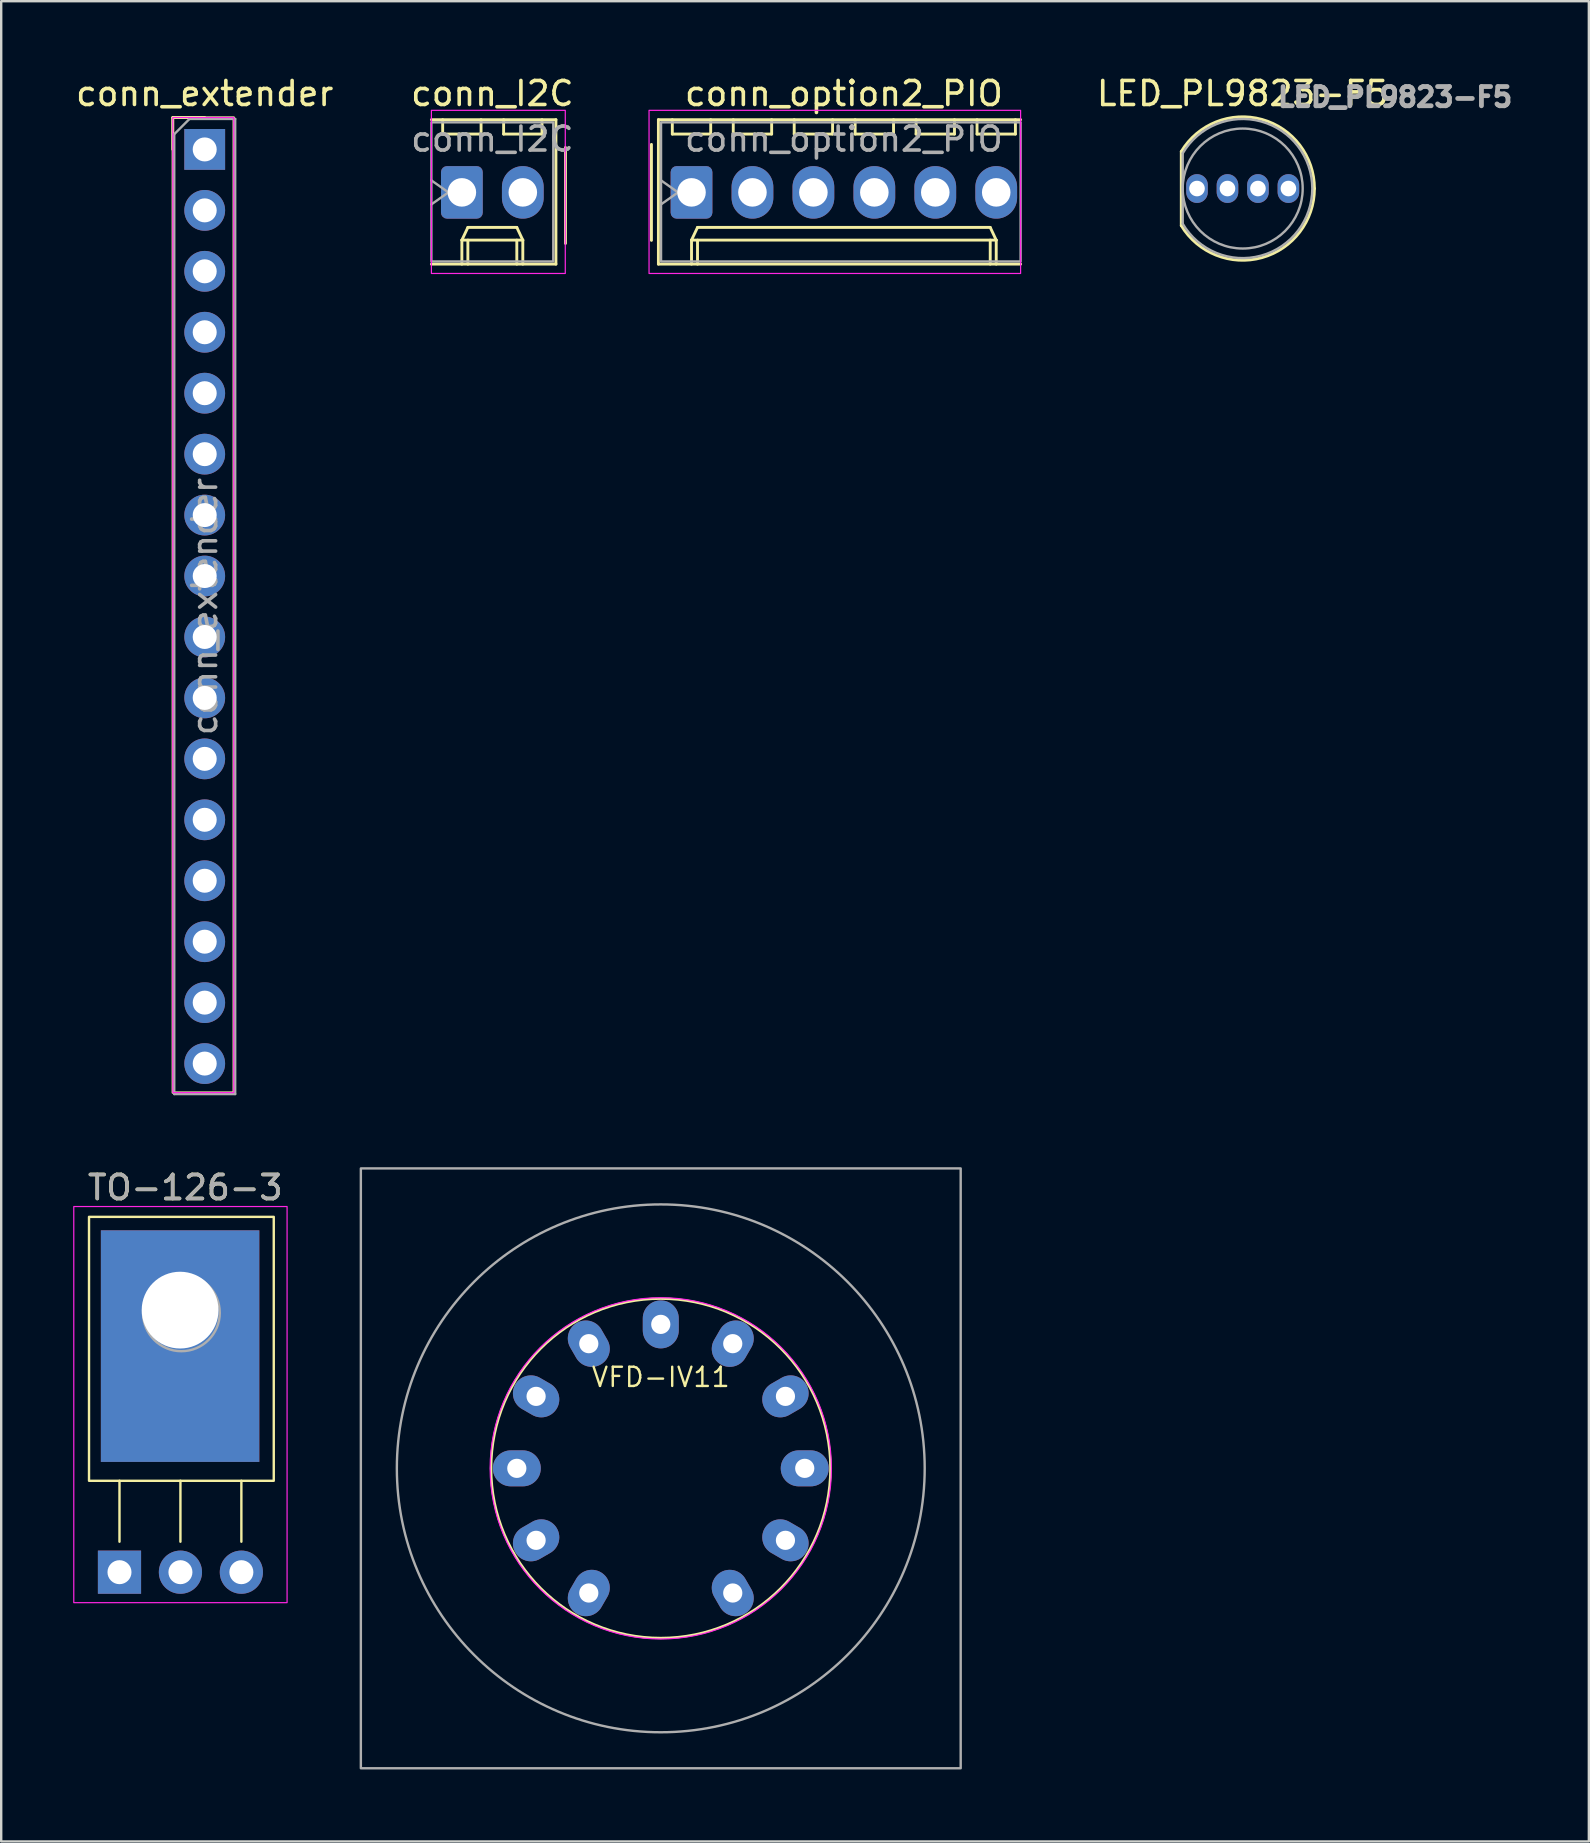
<source format=kicad_pcb>
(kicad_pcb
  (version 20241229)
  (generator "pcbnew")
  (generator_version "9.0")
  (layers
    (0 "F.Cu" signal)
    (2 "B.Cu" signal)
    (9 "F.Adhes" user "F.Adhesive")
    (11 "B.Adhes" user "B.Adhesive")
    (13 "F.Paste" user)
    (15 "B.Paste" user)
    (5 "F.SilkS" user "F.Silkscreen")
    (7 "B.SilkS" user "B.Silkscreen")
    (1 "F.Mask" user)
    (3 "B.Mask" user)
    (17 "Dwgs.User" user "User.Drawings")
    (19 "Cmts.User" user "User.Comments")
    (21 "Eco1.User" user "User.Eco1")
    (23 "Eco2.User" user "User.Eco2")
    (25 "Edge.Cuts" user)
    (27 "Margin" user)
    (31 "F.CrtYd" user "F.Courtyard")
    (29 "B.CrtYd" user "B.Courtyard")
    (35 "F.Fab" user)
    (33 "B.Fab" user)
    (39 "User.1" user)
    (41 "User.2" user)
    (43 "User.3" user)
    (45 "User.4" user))
  (footprint "VFD-IV11"
    (layer "F.Cu")
    (at 24.49 58.148)
    (property "Reference" "VFD-IV11" (at 0 -3.8 0) (layer "F.SilkS") (effects (font (size 0.8 0.8) (thickness 0.1))))
    (fp_circle (center 0 0) (end 5 5) (stroke (width 0.1) (type default)) (fill no) (layer "F.SilkS"))
    (fp_circle (center 0 0) (end 0 7.112) (stroke (width 0.05) (type default)) (fill no) (layer "F.CrtYd"))
    (fp_rect (start -12.5 -12.5) (end 12.5 12.5) (stroke (width 0.1) (type default)) (fill no) (layer "F.Fab"))
    (fp_circle (center 0 0) (end 0 11) (stroke (width 0.1) (type default)) (fill no) (layer "F.Fab"))
    (pad "1" thru_hole oval (at 3 5.196 210) (size 1.5 2) (drill 0.8) (layers "*.Cu" "*.Mask"))
    (pad "2" thru_hole oval (at 5.196 3 240) (size 1.5 2) (drill 0.8) (layers "*.Cu" "*.Mask"))
    (pad "3" thru_hole oval (at 6 0 270) (size 1.5 2) (drill 0.8) (layers "*.Cu" "*.Mask"))
    (pad "4" thru_hole oval (at 5.196 -3 300) (size 1.5 2) (drill 0.8) (layers "*.Cu" "*.Mask"))
    (pad "5" thru_hole oval (at 3 -5.196 330) (size 1.5 2) (drill 0.8) (layers "*.Cu" "*.Mask"))
    (pad "6" thru_hole oval (at 0 -6 90) (size 2 1.5) (drill 0.8) (layers "*.Cu" "*.Mask"))
    (pad "7" thru_hole oval (at -3 -5.196 30) (size 1.5 2) (drill 0.8) (layers "*.Cu" "*.Mask"))
    (pad "8" thru_hole oval (at -5.196 -3 60) (size 1.5 2) (drill 0.8) (layers "*.Cu" "*.Mask"))
    (pad "9" thru_hole oval (at -6 0 90) (size 1.5 2) (drill 0.8) (layers "*.Cu" "*.Mask"))
    (pad "10" thru_hole oval (at -5.196 3 120) (size 1.5 2) (drill 0.8) (layers "*.Cu" "*.Mask"))
    (pad "11" thru_hole oval (at -3 5.196 150) (size 1.5 2) (drill 0.8) (layers "*.Cu" "*.Mask")))
  (footprint "conn_option2_PIO"
    (layer "F.Cu")
    (at 25.771 4.968)
    (property "Reference" "conn_option2_PIO" (at 6.35 -4.12 0) (layer "F.SilkS") (effects (font (size 1 1) (thickness 0.15))))
    (attr through_hole)
    (fp_line (start -1.67 -2) (end -1.67 2) (stroke (width 0.12) (type solid)) (layer "F.SilkS"))
    (fp_line (start -1.38 -3.03) (end -1.38 2.99) (stroke (width 0.12) (type solid)) (layer "F.SilkS"))
    (fp_line (start -1.38 2.99) (end 13.716 2.99) (stroke (width 0.12) (type solid)) (layer "F.SilkS"))
    (fp_line (start -0.8 -3.03) (end -0.8 -2.43) (stroke (width 0.12) (type solid)) (layer "F.SilkS"))
    (fp_line (start -0.8 -2.43) (end 0.8 -2.43) (stroke (width 0.12) (type solid)) (layer "F.SilkS"))
    (fp_line (start 0 1.99) (end 0.25 1.46) (stroke (width 0.12) (type solid)) (layer "F.SilkS"))
    (fp_line (start 0 1.99) (end 12.7 1.99) (stroke (width 0.12) (type solid)) (layer "F.SilkS"))
    (fp_line (start 0 2.99) (end 0 1.99) (stroke (width 0.12) (type solid)) (layer "F.SilkS"))
    (fp_line (start 0.25 1.46) (end 12.45 1.46) (stroke (width 0.12) (type solid)) (layer "F.SilkS"))
    (fp_line (start 0.25 2.99) (end 0.25 1.99) (stroke (width 0.12) (type solid)) (layer "F.SilkS"))
    (fp_line (start 0.8 -2.43) (end 0.8 -3.03) (stroke (width 0.12) (type solid)) (layer "F.SilkS"))
    (fp_line (start 1.74 -3.03) (end 1.74 -2.43) (stroke (width 0.12) (type solid)) (layer "F.SilkS"))
    (fp_line (start 1.74 -2.43) (end 3.34 -2.43) (stroke (width 0.12) (type solid)) (layer "F.SilkS"))
    (fp_line (start 3.34 -2.43) (end 3.34 -3.03) (stroke (width 0.12) (type solid)) (layer "F.SilkS"))
    (fp_line (start 4.28 -3.03) (end 4.28 -2.43) (stroke (width 0.12) (type solid)) (layer "F.SilkS"))
    (fp_line (start 4.28 -2.43) (end 5.88 -2.43) (stroke (width 0.12) (type solid)) (layer "F.SilkS"))
    (fp_line (start 5.88 -2.43) (end 5.88 -3.03) (stroke (width 0.12) (type solid)) (layer "F.SilkS"))
    (fp_line (start 6.82 -3.03) (end 6.82 -2.43) (stroke (width 0.12) (type solid)) (layer "F.SilkS"))
    (fp_line (start 6.82 -2.43) (end 8.42 -2.43) (stroke (width 0.12) (type solid)) (layer "F.SilkS"))
    (fp_line (start 8.42 -2.43) (end 8.42 -3.03) (stroke (width 0.12) (type solid)) (layer "F.SilkS"))
    (fp_line (start 9.36 -3.03) (end 9.36 -2.43) (stroke (width 0.12) (type solid)) (layer "F.SilkS"))
    (fp_line (start 9.36 -2.43) (end 10.96 -2.43) (stroke (width 0.12) (type solid)) (layer "F.SilkS"))
    (fp_line (start 10.96 -2.43) (end 10.96 -3.03) (stroke (width 0.12) (type solid)) (layer "F.SilkS"))
    (fp_line (start 11.9 -3.03) (end 11.9 -2.43) (stroke (width 0.12) (type solid)) (layer "F.SilkS"))
    (fp_line (start 11.9 -2.43) (end 13.5 -2.43) (stroke (width 0.12) (type solid)) (layer "F.SilkS"))
    (fp_line (start 12.45 1.46) (end 12.7 1.99) (stroke (width 0.12) (type solid)) (layer "F.SilkS"))
    (fp_line (start 12.45 2.99) (end 12.45 1.99) (stroke (width 0.12) (type solid)) (layer "F.SilkS"))
    (fp_line (start 12.7 1.99) (end 12.7 2.99) (stroke (width 0.12) (type solid)) (layer "F.SilkS"))
    (fp_line (start 13.5 -2.43) (end 13.5 -3.03) (stroke (width 0.12) (type solid)) (layer "F.SilkS"))
    (fp_line (start 13.716 -3.03) (end -1.38 -3.03) (stroke (width 0.12) (type solid)) (layer "F.SilkS"))
    (fp_rect (start -1.77 -3.42) (end 13.716 3.38) (stroke (width 0.05) (type solid)) (fill no) (layer "F.CrtYd"))
    (fp_line (start -1.27 -0.5) (end -0.563 0) (stroke (width 0.1) (type solid)) (layer "F.Fab"))
    (fp_line (start -0.563 0) (end -1.27 0.5) (stroke (width 0.1) (type solid)) (layer "F.Fab"))
    (fp_rect (start -1.27 -2.92) (end 13.716 2.88) (stroke (width 0.1) (type solid)) (fill no) (layer "F.Fab"))
    (fp_text user "${REFERENCE}" (at 6.35 -2.22 0) (layer "F.Fab") (effects (font (size 1 1) (thickness 0.15))))
    (pad "1" thru_hole roundrect (at 0 0) (size 1.74 2.19) (drill 1.19) (layers "*.Cu" "*.Mask") (roundrect_rratio 0.144))
    (pad "2" thru_hole oval (at 2.54 0) (size 1.74 2.19) (drill 1.19) (layers "*.Cu" "*.Mask"))
    (pad "3" thru_hole oval (at 5.08 0) (size 1.74 2.19) (drill 1.19) (layers "*.Cu" "*.Mask"))
    (pad "4" thru_hole oval (at 7.62 0) (size 1.74 2.19) (drill 1.19) (layers "*.Cu" "*.Mask"))
    (pad "5" thru_hole oval (at 10.16 0) (size 1.74 2.19) (drill 1.19) (layers "*.Cu" "*.Mask"))
    (pad "6" thru_hole oval (at 12.7 0) (size 1.74 2.19) (drill 1.19) (layers "*.Cu" "*.Mask")))
  (footprint "conn_I2C"
    (layer "F.Cu")
    (at 16.2 4.968)
    (property "Reference" "conn_I2C" (at 1.27 -4.12 0) (layer "F.SilkS") (effects (font (size 1 1) (thickness 0.15))))
    (attr through_hole)
    (fp_line (start -1.27 2.99) (end 3.92 2.99) (stroke (width 0.12) (type solid)) (layer "F.SilkS"))
    (fp_line (start -0.8 -3.03) (end -0.8 -2.43) (stroke (width 0.12) (type solid)) (layer "F.SilkS"))
    (fp_line (start -0.8 -2.43) (end 0.8 -2.43) (stroke (width 0.12) (type solid)) (layer "F.SilkS"))
    (fp_line (start 0 1.99) (end 0.25 1.46) (stroke (width 0.12) (type solid)) (layer "F.SilkS"))
    (fp_line (start 0 1.99) (end 2.54 1.99) (stroke (width 0.12) (type solid)) (layer "F.SilkS"))
    (fp_line (start 0 2.99) (end 0 1.99) (stroke (width 0.12) (type solid)) (layer "F.SilkS"))
    (fp_line (start 0.25 1.46) (end 2.29 1.46) (stroke (width 0.12) (type solid)) (layer "F.SilkS"))
    (fp_line (start 0.25 2.99) (end 0.25 1.99) (stroke (width 0.12) (type solid)) (layer "F.SilkS"))
    (fp_line (start 0.8 -2.43) (end 0.8 -3.03) (stroke (width 0.12) (type solid)) (layer "F.SilkS"))
    (fp_line (start 1.74 -3.03) (end 1.74 -2.43) (stroke (width 0.12) (type solid)) (layer "F.SilkS"))
    (fp_line (start 1.74 -2.43) (end 3.34 -2.43) (stroke (width 0.12) (type solid)) (layer "F.SilkS"))
    (fp_line (start 2.29 1.46) (end 2.54 1.99) (stroke (width 0.12) (type solid)) (layer "F.SilkS"))
    (fp_line (start 2.29 2.99) (end 2.29 1.99) (stroke (width 0.12) (type solid)) (layer "F.SilkS"))
    (fp_line (start 2.54 1.99) (end 2.54 2.99) (stroke (width 0.12) (type solid)) (layer "F.SilkS"))
    (fp_line (start 3.34 -2.43) (end 3.34 -3.03) (stroke (width 0.12) (type solid)) (layer "F.SilkS"))
    (fp_line (start 3.92 -3.03) (end -1.27 -3.03) (stroke (width 0.12) (type solid)) (layer "F.SilkS"))
    (fp_line (start 3.92 2.99) (end 3.92 -3.03) (stroke (width 0.12) (type solid)) (layer "F.SilkS"))
    (fp_line (start 4.318 -1.872) (end 4.318 2.128) (stroke (width 0.12) (type solid)) (layer "F.SilkS"))
    (fp_rect (start -1.27 -3.42) (end 4.31 3.38) (stroke (width 0.05) (type solid)) (fill no) (layer "F.CrtYd"))
    (fp_line (start -1.27 -0.5) (end -0.563 0) (stroke (width 0.1) (type solid)) (layer "F.Fab"))
    (fp_line (start -0.563 0) (end -1.27 0.5) (stroke (width 0.1) (type solid)) (layer "F.Fab"))
    (fp_rect (start -1.27 -2.92) (end 3.81 2.88) (stroke (width 0.1) (type solid)) (fill no) (layer "F.Fab"))
    (fp_text user "${REFERENCE}" (at 1.27 -2.22 0) (layer "F.Fab") (effects (font (size 1 1) (thickness 0.15))))
    (pad "1" thru_hole roundrect (at 0 0) (size 1.74 2.19) (drill 1.19) (layers "*.Cu" "*.Mask") (roundrect_rratio 0.144))
    (pad "2" thru_hole oval (at 2.54 0) (size 1.74 2.19) (drill 1.19) (layers "*.Cu" "*.Mask")))
  (footprint "LED_PL9823-F5"
    (layer "F.Cu")
    (at 48.709 4.808)
    (property "Reference" "LED_PL9823-F5" (at 0.035 -3.96 0) (layer "F.SilkS") (effects (font (size 1 1) (thickness 0.15))))
    (attr through_hole)
    (fp_line (start -2.525 -1.545) (end -2.525 1.545) (stroke (width 0.12) (type solid)) (layer "F.SilkS"))
    (fp_arc (start -2.525 -1.54483) (mid 0.837002 -2.880433) (end 3.025 0.000462) (stroke (width 0.12) (type solid)) (layer "F.SilkS"))
    (fp_arc (start 3.025 -0.000462) (mid 0.837002 2.880433) (end -2.525 1.54483) (stroke (width 0.12) (type solid)) (layer "F.SilkS"))
    (fp_line (start -2.465 -1.47) (end -2.465 1.47) (stroke (width 0.1) (type solid)) (layer "F.Fab"))
    (fp_arc (start -2.465 -1.469694) (mid 2.935 0.000016) (end -2.465016 1.469666) (stroke (width 0.1) (type solid)) (layer "F.Fab"))
    (fp_circle (center 0.035 0) (end 2.535 0) (stroke (width 0.1) (type solid)) (fill no) (layer "F.Fab"))
    (fp_text user "${REFERENCE}" (at 6.385 -3.81 0) (layer "F.Fab") (effects (font (size 0.8 0.8) (thickness 0.2))))
    (pad "1" thru_hole oval (at -1.87 0) (size 0.9 1.2) (drill 0.65) (layers "*.Cu" "*.Mask"))
    (pad "2" thru_hole oval (at -0.6 0) (size 0.9 1.2) (drill 0.65) (layers "*.Cu" "*.Mask"))
    (pad "3" thru_hole oval (at 0.67 0) (size 0.9 1.2) (drill 0.65) (layers "*.Cu" "*.Mask"))
    (pad "4" thru_hole oval (at 1.94 0) (size 0.9 1.2) (drill 0.65) (layers "*.Cu" "*.Mask")))
  (footprint "TO-126-3"
    (layer "F.Cu")
    (at 8.52 58.666)
    (property "Reference" "TO-126-3" (at -3.85 -12.22 0) (layer "F.SilkS") (effects (font (size 1 1) (thickness 0.15))))
    (attr through_hole)
    (fp_line (start -6.59 0) (end -6.59 2.54) (stroke (width 0.1) (type default)) (layer "F.SilkS"))
    (fp_line (start -4.05 0) (end -4.05 2.54) (stroke (width 0.1) (type default)) (layer "F.SilkS"))
    (fp_line (start -1.51 0) (end -1.51 2.54) (stroke (width 0.1) (type default)) (layer "F.SilkS"))
    (fp_rect (start -7.86 -11) (end -0.16 0) (stroke (width 0.1) (type default)) (fill no) (layer "F.SilkS"))
    (fp_rect (start -8.495 -11.43) (end 0.395 5.08) (stroke (width 0.05) (type default)) (fill no) (layer "F.CrtYd"))
    (fp_circle (center -4.01 -7) (end -2.41 -7) (stroke (width 0.1) (type solid)) (fill no) (layer "F.Fab"))
    (fp_text user "${REFERENCE}" (at -3.85 -12.22 0) (layer "F.Fab") (effects (font (size 1 1) (thickness 0.15))))
    (pad "1" thru_hole rect (at -6.59 3.81) (size 1.8 1.8) (drill 1) (layers "*.Cu" "*.Mask"))
    (pad "2" thru_hole rect (at -4.064 -7.112 90) (size 9.652 6.604) (drill 3.2 (offset -1.5 0)) (property pad_prop_heatsink) (layers "*.Cu" "F.Mask") (remove_unused_layers yes) (keep_end_layers yes) (zone_layer_connections))
    (pad "2" thru_hole oval (at -4.05 3.81) (size 1.8 1.8) (drill 1) (layers "*.Cu" "*.Mask"))
    (pad "3" thru_hole oval (at -1.51 3.81) (size 1.8 1.8) (drill 1) (layers "*.Cu" "*.Mask")))
  (footprint "conn_extender"
    (layer "F.Cu")
    (at 5.482 3.178)
    (property "Reference" "conn_extender" (at 0 -2.33 0) (layer "F.SilkS") (effects (font (size 1 1) (thickness 0.15))))
    (attr through_hole)
    (fp_line (start -1.33 -1.33) (end 0 -1.33) (stroke (width 0.12) (type solid)) (layer "F.SilkS"))
    (fp_line (start -1.33 0) (end -1.33 -1.33) (stroke (width 0.12) (type solid)) (layer "F.SilkS"))
    (fp_rect (start -1.33 -1.33) (end 1.21 39.31) (stroke (width 0.1) (type default)) (fill no) (layer "F.SilkS"))
    (fp_rect (start -1.33 -1.33) (end 1.21 39.31) (stroke (width 0.05) (type default)) (fill no) (layer "F.CrtYd"))
    (fp_line (start -1.27 -0.635) (end -0.635 -1.27) (stroke (width 0.1) (type solid)) (layer "F.Fab"))
    (fp_line (start -1.27 39.37) (end -1.27 -0.635) (stroke (width 0.1) (type solid)) (layer "F.Fab"))
    (fp_line (start -0.635 -1.27) (end 1.27 -1.27) (stroke (width 0.1) (type solid)) (layer "F.Fab"))
    (fp_line (start 1.27 -1.27) (end 1.27 39.37) (stroke (width 0.1) (type solid)) (layer "F.Fab"))
    (fp_line (start 1.27 39.37) (end -1.27 39.37) (stroke (width 0.1) (type solid)) (layer "F.Fab"))
    (fp_text user "${REFERENCE}" (at 0 19.05 90) (layer "F.Fab") (effects (font (size 1 1) (thickness 0.15))))
    (pad "1" thru_hole rect (at 0 0) (size 1.7 1.7) (drill 1) (layers "*.Cu" "*.Mask"))
    (pad "2" thru_hole oval (at 0 2.54) (size 1.7 1.7) (drill 1) (layers "*.Cu" "*.Mask"))
    (pad "3" thru_hole oval (at 0 5.08) (size 1.7 1.7) (drill 1) (layers "*.Cu" "*.Mask"))
    (pad "4" thru_hole oval (at 0 7.62) (size 1.7 1.7) (drill 1) (layers "*.Cu" "*.Mask"))
    (pad "5" thru_hole oval (at 0 10.16) (size 1.7 1.7) (drill 1) (layers "*.Cu" "*.Mask"))
    (pad "6" thru_hole oval (at 0 12.7) (size 1.7 1.7) (drill 1) (layers "*.Cu" "*.Mask"))
    (pad "7" thru_hole oval (at 0 15.24) (size 1.7 1.7) (drill 1) (layers "*.Cu" "*.Mask"))
    (pad "8" thru_hole oval (at 0 17.78) (size 1.7 1.7) (drill 1) (layers "*.Cu" "*.Mask"))
    (pad "9" thru_hole oval (at 0 20.32) (size 1.7 1.7) (drill 1) (layers "*.Cu" "*.Mask"))
    (pad "10" thru_hole oval (at 0 22.86) (size 1.7 1.7) (drill 1) (layers "*.Cu" "*.Mask"))
    (pad "11" thru_hole oval (at 0 25.4) (size 1.7 1.7) (drill 1) (layers "*.Cu" "*.Mask"))
    (pad "12" thru_hole oval (at 0 27.94) (size 1.7 1.7) (drill 1) (layers "*.Cu" "*.Mask"))
    (pad "13" thru_hole oval (at 0 30.48) (size 1.7 1.7) (drill 1) (layers "*.Cu" "*.Mask"))
    (pad "14" thru_hole oval (at 0 33.02) (size 1.7 1.7) (drill 1) (layers "*.Cu" "*.Mask"))
    (pad "15" thru_hole oval (at 0 35.56) (size 1.7 1.7) (drill 1) (layers "*.Cu" "*.Mask"))
    (pad "16" thru_hole oval (at 0 38.1) (size 1.7 1.7) (drill 1) (layers "*.Cu" "*.Mask")))
  (gr_rect
    (start -3 -3)
    (end 63.171 73.698)
    (stroke (width 0.1) (type default))
    (fill no)
    (layer "Edge.Cuts")))
</source>
